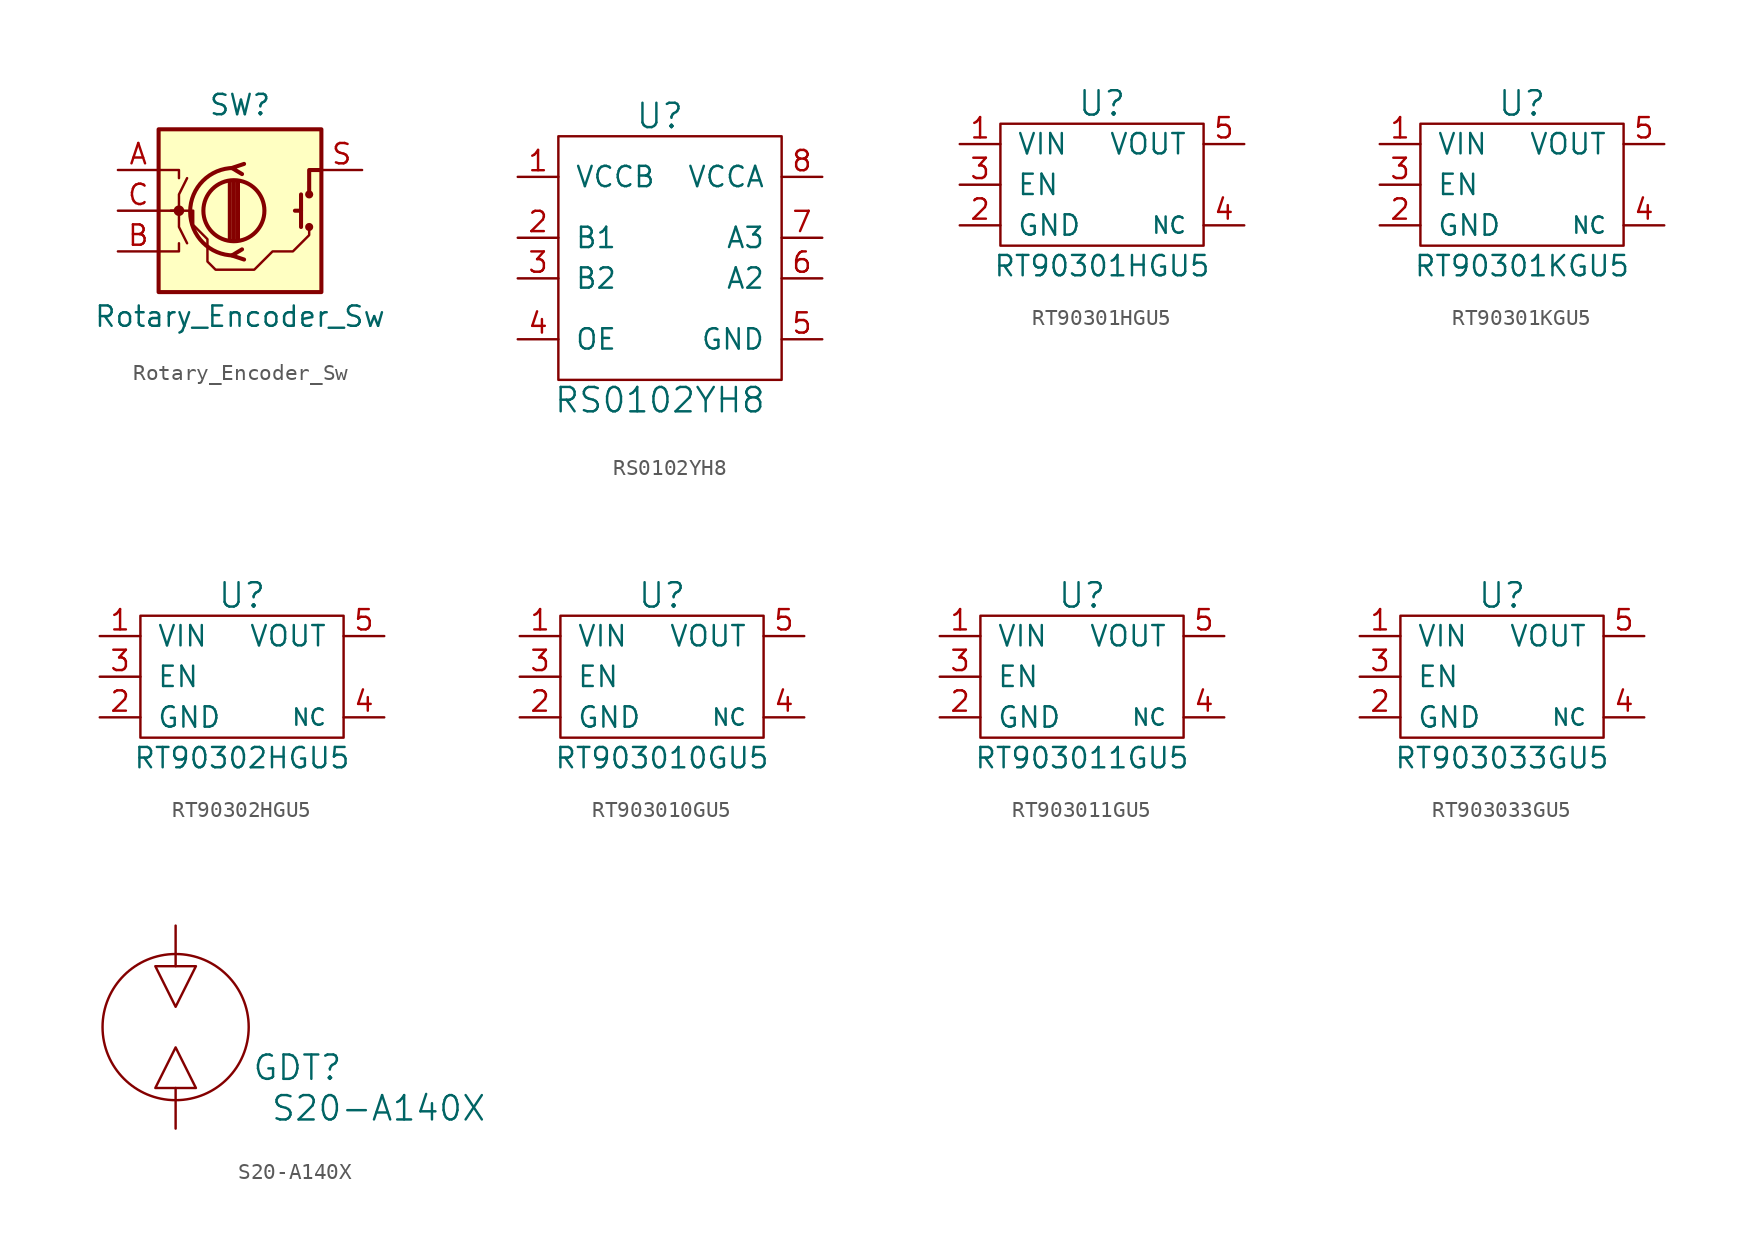
<source format=kicad_sym>
(kicad_symbol_lib
  (version 20220914)
  (generator kicad_symbol_editor)
  (symbol "Rotary_Encoder_Sw"
    (pin_names
      (offset 0.254) hide)
    (property "Reference" "SW"
      (at 0 6.604 0)
      (effects (font (size 1.27 1.27))))
    (property "Value" "Rotary_Encoder_Sw"
      (at 0 -6.604 0)
      (effects (font (size 1.27 1.27))))
    (symbol "Rotary_Encoder_Sw_0_1"
      (rectangle (start -5.08 5.08) (end 5.08 -5.08) (stroke (width 0.254) (type default)) (fill (type background)))
      (circle (center -3.81 0) (radius 0.254) (stroke (width 0) (type default)) (fill (type outline)))
      (circle (center -0.381 0) (radius 1.905) (stroke (width 0.254) (type default)) (fill (type none)))
      (arc (start -0.381 2.667) (mid -3.0988 -0.0635) (end -0.381 -2.794) (stroke (width 0.254) (type default)) (fill (type none)))
      (polyline (pts (xy -0.635 -1.778) (xy -0.635 1.778)) (stroke (width 0.254) (type default)) (fill (type none)))
      (polyline (pts (xy -0.381 -1.778) (xy -0.381 1.778)) (stroke (width 0.254) (type default)) (fill (type none)))
      (polyline (pts (xy -0.127 1.778) (xy -0.127 -1.778)) (stroke (width 0.254) (type default)) (fill (type none)))
      (polyline (pts (xy 3.81 0) (xy 3.429 0)) (stroke (width 0.254) (type default)) (fill (type none)))
      (polyline (pts (xy 3.81 1.016) (xy 3.81 -1.016)) (stroke (width 0.254) (type default)) (fill (type none)))
      (polyline (pts (xy -5.08 -2.54) (xy -3.81 -2.54) (xy -3.81 -2.032)) (stroke (width 0) (type default)) (fill (type none)))
      (polyline (pts (xy -5.08 2.54) (xy -3.81 2.54) (xy -3.81 2.032)) (stroke (width 0) (type default)) (fill (type none)))
      (polyline (pts (xy 0.254 -3.048) (xy -0.508 -2.794) (xy 0.127 -2.413)) (stroke (width 0.254) (type default)) (fill (type none)))
      (polyline (pts (xy 0.254 2.921) (xy -0.508 2.667) (xy 0.127 2.286)) (stroke (width 0.254) (type default)) (fill (type none)))
      (polyline (pts (xy 5.08 2.54) (xy 4.318 2.54) (xy 4.318 1.016)) (stroke (width 0.254) (type default)) (fill (type none)))
      (polyline (pts (xy -5.08 0) (xy -3.81 0) (xy -3.81 -1.016) (xy -3.302 -2.032)) (stroke (width 0) (type default)) (fill (type none)))
      (polyline (pts (xy -4.318 0) (xy -3.81 0) (xy -3.81 1.016) (xy -3.302 2.032)) (stroke (width 0) (type default)) (fill (type none)))
      (polyline (pts (xy -3.81 0) (xy -2.921 0) (xy -2.921 -0.889) (xy -2.032 -1.778) (xy -2.032 -3.175) (xy -1.524 -3.683) (xy 0.889 -3.683) (xy 2.032 -2.54) (xy 3.302 -2.54) (xy 4.191 -1.651) (xy 4.318 -1.524) (xy 4.318 -1.016)) (stroke (width 0) (type default)) (fill (type none)))
      (circle (center 4.318 -1.016) (radius 0.127) (stroke (width 0.254) (type default)) (fill (type none)))
      (circle (center 4.318 1.016) (radius 0.127) (stroke (width 0.254) (type default)) (fill (type none))))
    (symbol "Rotary_Encoder_Sw_1_1"
      (pin passive line (at -7.62 2.54 0) (length 2.54) (name "A" (effects (font (size 1.27 1.27)))) (number "A" (effects (font (size 1.27 1.27)))))
      (pin passive line (at -7.62 -2.54 0) (length 2.54) (name "B" (effects (font (size 1.27 1.27)))) (number "B" (effects (font (size 1.27 1.27)))))
      (pin passive line (at -7.62 0 0) (length 2.54) (name "C" (effects (font (size 1.27 1.27)))) (number "C" (effects (font (size 1.27 1.27)))))
      (pin passive line (at 7.62 2.54 180) (length 2.54) (name "S" (effects (font (size 1.27 1.27)))) (number "S" (effects (font (size 1.27 1.27)))))))
  (symbol "RS0102YH8"
    (pin_names
      (offset 1.016))
    (property "Reference" "U"
      (at 6.35 1.27 0)
      (effects (font (size 1.524 1.524))))
    (property "Value" "RS0102YH8"
      (at 6.35 -16.51 0)
      (effects (font (size 1.524 1.524))))
    (symbol "RS0102YH8_0_1"
      (rectangle (start 0 0) (end 13.97 -15.24) (stroke (width 0) (type default)) (fill (type none))))
    (symbol "RS0102YH8_1_1"
      (pin power_in line (at -2.54 -2.54 0) (length 2.54) (name "VCCB" (effects (font (size 1.27 1.27)))) (number "1" (effects (font (size 1.27 1.27)))))
      (pin bidirectional line (at -2.54 -6.35 0) (length 2.54) (name "B1" (effects (font (size 1.27 1.27)))) (number "2" (effects (font (size 1.27 1.27)))))
      (pin bidirectional line (at -2.54 -8.89 0) (length 2.54) (name "B2" (effects (font (size 1.27 1.27)))) (number "3" (effects (font (size 1.27 1.27)))))
      (pin input line (at -2.54 -12.7 0) (length 2.54) (name "OE" (effects (font (size 1.27 1.27)))) (number "4" (effects (font (size 1.27 1.27)))))
      (pin power_in line (at 16.51 -12.7 180) (length 2.54) (name "GND" (effects (font (size 1.27 1.27)))) (number "5" (effects (font (size 1.27 1.27)))))
      (pin bidirectional line (at 16.51 -8.89 180) (length 2.54) (name "A2" (effects (font (size 1.27 1.27)))) (number "6" (effects (font (size 1.27 1.27)))))
      (pin bidirectional line (at 16.51 -6.35 180) (length 2.54) (name "A3" (effects (font (size 1.27 1.27)))) (number "7" (effects (font (size 1.27 1.27)))))
      (pin power_in line (at 16.51 -2.54 180) (length 2.54) (name "VCCA" (effects (font (size 1.27 1.27)))) (number "8" (effects (font (size 1.27 1.27)))))))
  (symbol "RT90301HGU5"
    (pin_names
      (offset 1.016))
    (property "Reference" "U"
      (at 0 5.08 0)
      (effects (font (size 1.524 1.524))))
    (property "Value" "RT90301HGU5"
      (at 0 -5.08 0)
      (effects (font (size 1.27 1.27))))
    (property "Footprint" ""
      (at -1.27 0 0)
      (effects (font (size 1.524 1.524))))
    (property "Datasheet" ""
      (at -1.27 0 0)
      (effects (font (size 1.524 1.524))))
    (symbol "RT90301HGU5_0_1"
      (rectangle (start -6.35 3.81) (end 6.35 -3.81) (stroke (width 0) (type default)) (fill (type none))))
    (symbol "RT90301HGU5_1_1"
      (pin input line (at -8.89 2.54 0) (length 2.54) (name "VIN" (effects (font (size 1.27 1.27)))) (number "1" (effects (font (size 1.27 1.27)))))
      (pin bidirectional line (at -8.89 -2.54 0) (length 2.54) (name "GND" (effects (font (size 1.27 1.27)))) (number "2" (effects (font (size 1.27 1.27)))))
      (pin bidirectional line (at -8.89 0 0) (length 2.54) (name "EN" (effects (font (size 1.27 1.27)))) (number "3" (effects (font (size 1.27 1.27)))))
      (pin bidirectional line (at 8.89 -2.54 180) (length 2.54) (name "NC" (effects (font (size 1.016 1.016)))) (number "4" (effects (font (size 1.27 1.27)))))
      (pin output line (at 8.89 2.54 180) (length 2.54) (name "VOUT" (effects (font (size 1.27 1.27)))) (number "5" (effects (font (size 1.27 1.27)))))))
  (symbol "RT90301KGU5"
    (pin_names
      (offset 1.016))
    (property "Reference" "U"
      (at 0 5.08 0)
      (effects (font (size 1.524 1.524))))
    (property "Value" "RT90301KGU5"
      (at 0 -5.08 0)
      (effects (font (size 1.27 1.27))))
    (property "Footprint" ""
      (at -1.27 0 0)
      (effects (font (size 1.524 1.524))))
    (property "Datasheet" ""
      (at -1.27 0 0)
      (effects (font (size 1.524 1.524))))
    (symbol "RT90301KGU5_0_1"
      (rectangle (start -6.35 3.81) (end 6.35 -3.81) (stroke (width 0) (type default)) (fill (type none))))
    (symbol "RT90301KGU5_1_1"
      (pin input line (at -8.89 2.54 0) (length 2.54) (name "VIN" (effects (font (size 1.27 1.27)))) (number "1" (effects (font (size 1.27 1.27)))))
      (pin bidirectional line (at -8.89 -2.54 0) (length 2.54) (name "GND" (effects (font (size 1.27 1.27)))) (number "2" (effects (font (size 1.27 1.27)))))
      (pin bidirectional line (at -8.89 0 0) (length 2.54) (name "EN" (effects (font (size 1.27 1.27)))) (number "3" (effects (font (size 1.27 1.27)))))
      (pin bidirectional line (at 8.89 -2.54 180) (length 2.54) (name "NC" (effects (font (size 1.016 1.016)))) (number "4" (effects (font (size 1.27 1.27)))))
      (pin output line (at 8.89 2.54 180) (length 2.54) (name "VOUT" (effects (font (size 1.27 1.27)))) (number "5" (effects (font (size 1.27 1.27)))))))
  (symbol "RT90302HGU5"
    (pin_names
      (offset 1.016))
    (property "Reference" "U"
      (at 0 5.08 0)
      (effects (font (size 1.524 1.524))))
    (property "Value" "RT90302HGU5"
      (at 0 -5.08 0)
      (effects (font (size 1.27 1.27))))
    (property "Footprint" ""
      (at -1.27 0 0)
      (effects (font (size 1.524 1.524))))
    (property "Datasheet" ""
      (at -1.27 0 0)
      (effects (font (size 1.524 1.524))))
    (symbol "RT90302HGU5_0_1"
      (rectangle (start -6.35 3.81) (end 6.35 -3.81) (stroke (width 0) (type default)) (fill (type none))))
    (symbol "RT90302HGU5_1_1"
      (pin input line (at -8.89 2.54 0) (length 2.54) (name "VIN" (effects (font (size 1.27 1.27)))) (number "1" (effects (font (size 1.27 1.27)))))
      (pin bidirectional line (at -8.89 -2.54 0) (length 2.54) (name "GND" (effects (font (size 1.27 1.27)))) (number "2" (effects (font (size 1.27 1.27)))))
      (pin bidirectional line (at -8.89 0 0) (length 2.54) (name "EN" (effects (font (size 1.27 1.27)))) (number "3" (effects (font (size 1.27 1.27)))))
      (pin bidirectional line (at 8.89 -2.54 180) (length 2.54) (name "NC" (effects (font (size 1.016 1.016)))) (number "4" (effects (font (size 1.27 1.27)))))
      (pin output line (at 8.89 2.54 180) (length 2.54) (name "VOUT" (effects (font (size 1.27 1.27)))) (number "5" (effects (font (size 1.27 1.27)))))))
  (symbol "RT903010GU5"
    (pin_names
      (offset 1.016))
    (property "Reference" "U"
      (at 0 5.08 0)
      (effects (font (size 1.524 1.524))))
    (property "Value" "RT903010GU5"
      (at 0 -5.08 0)
      (effects (font (size 1.27 1.27))))
    (property "Footprint" ""
      (at -1.27 0 0)
      (effects (font (size 1.524 1.524))))
    (property "Datasheet" ""
      (at -1.27 0 0)
      (effects (font (size 1.524 1.524))))
    (symbol "RT903010GU5_0_1"
      (rectangle (start -6.35 3.81) (end 6.35 -3.81) (stroke (width 0) (type default)) (fill (type none))))
    (symbol "RT903010GU5_1_1"
      (pin input line (at -8.89 2.54 0) (length 2.54) (name "VIN" (effects (font (size 1.27 1.27)))) (number "1" (effects (font (size 1.27 1.27)))))
      (pin bidirectional line (at -8.89 -2.54 0) (length 2.54) (name "GND" (effects (font (size 1.27 1.27)))) (number "2" (effects (font (size 1.27 1.27)))))
      (pin bidirectional line (at -8.89 0 0) (length 2.54) (name "EN" (effects (font (size 1.27 1.27)))) (number "3" (effects (font (size 1.27 1.27)))))
      (pin bidirectional line (at 8.89 -2.54 180) (length 2.54) (name "NC" (effects (font (size 1.016 1.016)))) (number "4" (effects (font (size 1.27 1.27)))))
      (pin output line (at 8.89 2.54 180) (length 2.54) (name "VOUT" (effects (font (size 1.27 1.27)))) (number "5" (effects (font (size 1.27 1.27)))))))
  (symbol "RT903011GU5"
    (pin_names
      (offset 1.016))
    (property "Reference" "U"
      (at 0 5.08 0)
      (effects (font (size 1.524 1.524))))
    (property "Value" "RT903011GU5"
      (at 0 -5.08 0)
      (effects (font (size 1.27 1.27))))
    (property "Footprint" ""
      (at -1.27 0 0)
      (effects (font (size 1.524 1.524))))
    (property "Datasheet" ""
      (at -1.27 0 0)
      (effects (font (size 1.524 1.524))))
    (symbol "RT903011GU5_0_1"
      (rectangle (start -6.35 3.81) (end 6.35 -3.81) (stroke (width 0) (type default)) (fill (type none))))
    (symbol "RT903011GU5_1_1"
      (pin input line (at -8.89 2.54 0) (length 2.54) (name "VIN" (effects (font (size 1.27 1.27)))) (number "1" (effects (font (size 1.27 1.27)))))
      (pin bidirectional line (at -8.89 -2.54 0) (length 2.54) (name "GND" (effects (font (size 1.27 1.27)))) (number "2" (effects (font (size 1.27 1.27)))))
      (pin bidirectional line (at -8.89 0 0) (length 2.54) (name "EN" (effects (font (size 1.27 1.27)))) (number "3" (effects (font (size 1.27 1.27)))))
      (pin bidirectional line (at 8.89 -2.54 180) (length 2.54) (name "NC" (effects (font (size 1.016 1.016)))) (number "4" (effects (font (size 1.27 1.27)))))
      (pin output line (at 8.89 2.54 180) (length 2.54) (name "VOUT" (effects (font (size 1.27 1.27)))) (number "5" (effects (font (size 1.27 1.27)))))))
  (symbol "RT903033GU5"
    (pin_names
      (offset 1.016))
    (property "Reference" "U"
      (at 0 5.08 0)
      (effects (font (size 1.524 1.524))))
    (property "Value" "RT903033GU5"
      (at 0 -5.08 0)
      (effects (font (size 1.27 1.27))))
    (property "Footprint" ""
      (at -1.27 0 0)
      (effects (font (size 1.524 1.524))))
    (property "Datasheet" ""
      (at -1.27 0 0)
      (effects (font (size 1.524 1.524))))
    (symbol "RT903033GU5_0_1"
      (rectangle (start -6.35 3.81) (end 6.35 -3.81) (stroke (width 0) (type default)) (fill (type none))))
    (symbol "RT903033GU5_1_1"
      (pin input line (at -8.89 2.54 0) (length 2.54) (name "VIN" (effects (font (size 1.27 1.27)))) (number "1" (effects (font (size 1.27 1.27)))))
      (pin bidirectional line (at -8.89 -2.54 0) (length 2.54) (name "GND" (effects (font (size 1.27 1.27)))) (number "2" (effects (font (size 1.27 1.27)))))
      (pin bidirectional line (at -8.89 0 0) (length 2.54) (name "EN" (effects (font (size 1.27 1.27)))) (number "3" (effects (font (size 1.27 1.27)))))
      (pin bidirectional line (at 8.89 -2.54 180) (length 2.54) (name "NC" (effects (font (size 1.016 1.016)))) (number "4" (effects (font (size 1.27 1.27)))))
      (pin output line (at 8.89 2.54 180) (length 2.54) (name "VOUT" (effects (font (size 1.27 1.27)))) (number "5" (effects (font (size 1.27 1.27)))))))
  (symbol "S20-A140X"
    (pin_names
      (offset 1.016))
    (property "Reference" "GDT"
      (at 7.62 -2.54 0)
      (effects (font (size 1.524 1.524))))
    (property "Value" "S20-A140X"
      (at 12.7 -5.08 0)
      (effects (font (size 1.524 1.524))))
    (property "Footprint" ""
      (at 0 0 0)
      (effects (font (size 1.524 1.524))))
    (property "Datasheet" ""
      (at 0 0 0)
      (effects (font (size 1.524 1.524))))
    (symbol "S20-A140X_0_1"
      (polyline (pts (xy 0 -3.81) (xy 0 -6.35)) (stroke (width 0) (type default)) (fill (type none)))
      (polyline (pts (xy 0 3.81) (xy 0 6.35)) (stroke (width 0) (type default)) (fill (type none)))
      (polyline (pts (xy 0 -1.27) (xy -1.27 -3.81) (xy 1.27 -3.81) (xy 0 -1.27)) (stroke (width 0) (type default)) (fill (type none)))
      (polyline (pts (xy 0 1.27) (xy 1.27 3.81) (xy -1.27 3.81) (xy 0 1.27)) (stroke (width 0) (type default)) (fill (type none)))
      (circle (center 0 0) (radius 4.572) (stroke (width 0) (type default)) (fill (type none))))
    (symbol "S20-A140X_1_1"
      (pin bidirectional line (at 0 6.35 180) (length 0) hide (name "~" (effects (font (size 0.762 0.762)))) (number "1" (effects (font (size 0.762 0.762)))))
      (pin bidirectional line (at 0 -6.35 180) (length 0) hide (name "~" (effects (font (size 0.762 0.762)))) (number "2" (effects (font (size 0.762 0.762))))))))
</source>
